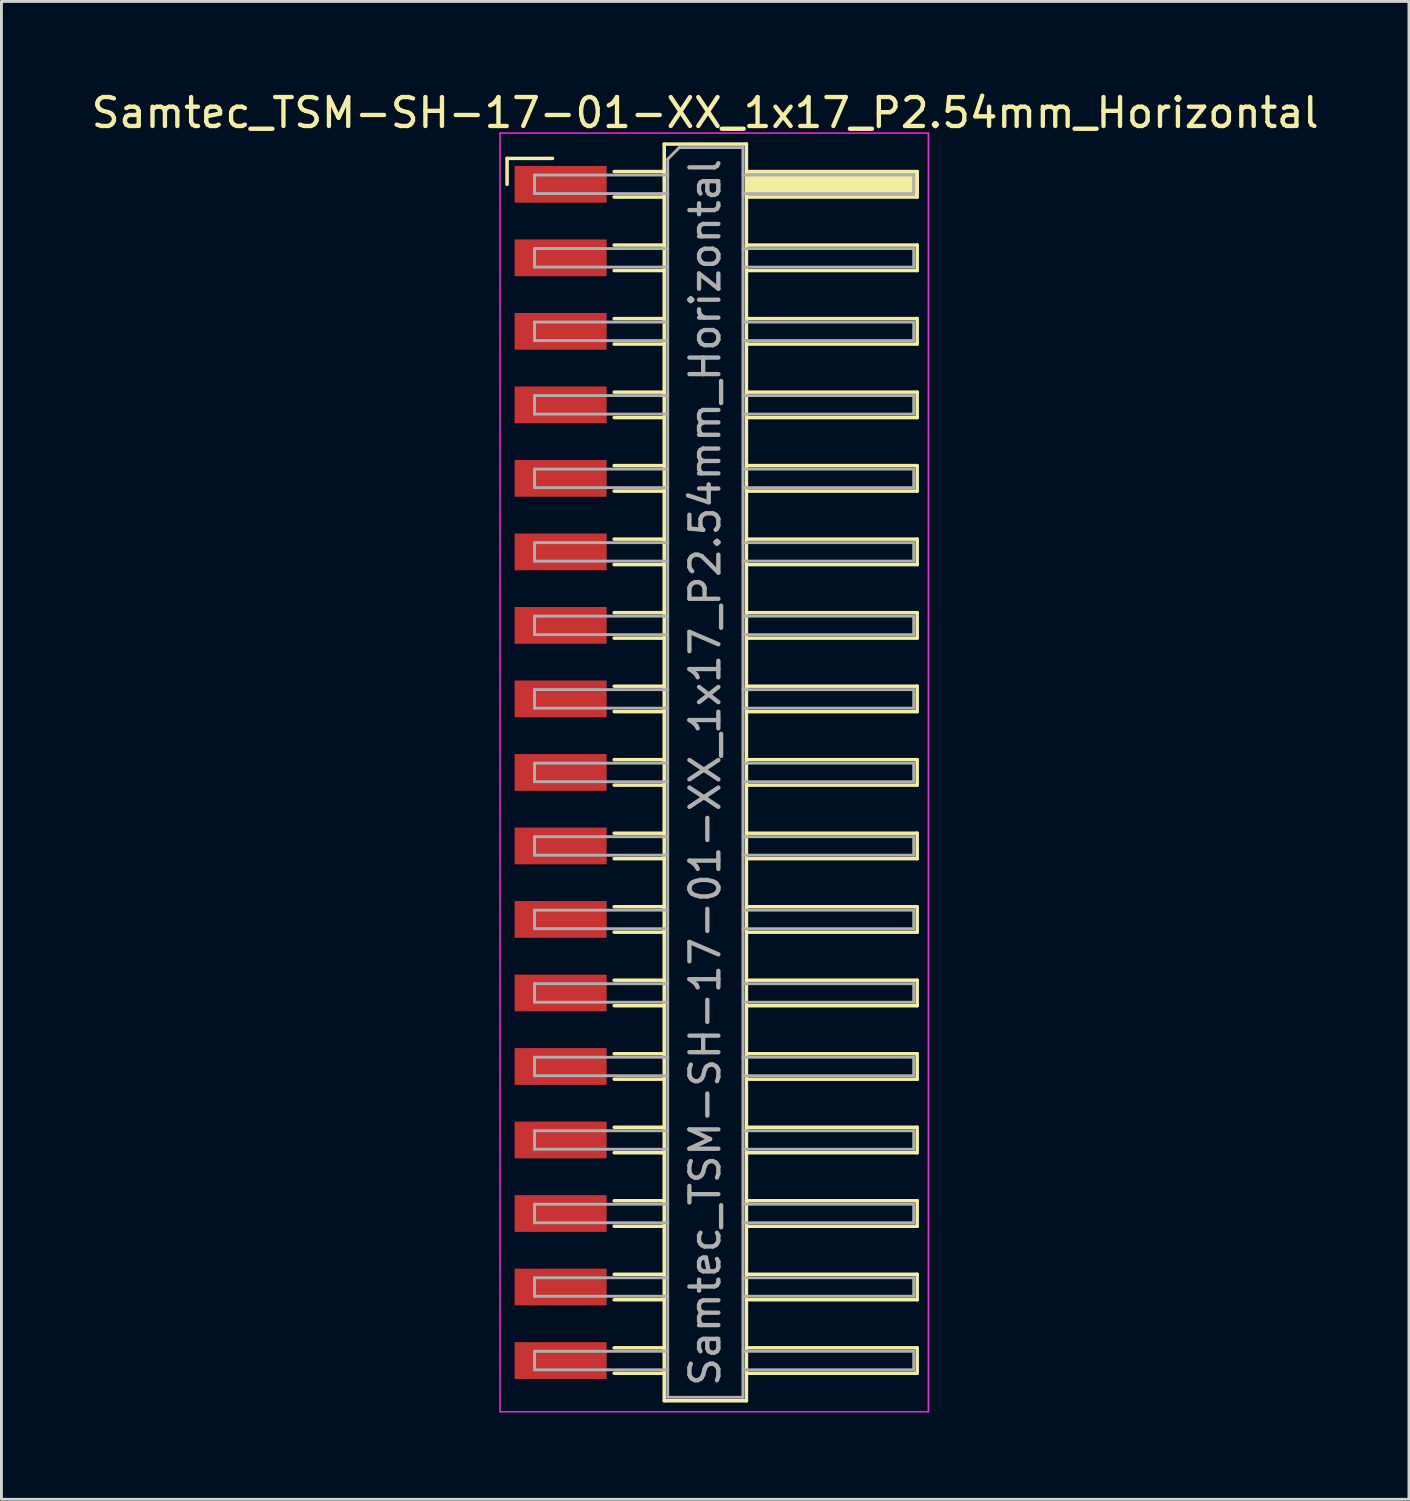
<source format=kicad_pcb>
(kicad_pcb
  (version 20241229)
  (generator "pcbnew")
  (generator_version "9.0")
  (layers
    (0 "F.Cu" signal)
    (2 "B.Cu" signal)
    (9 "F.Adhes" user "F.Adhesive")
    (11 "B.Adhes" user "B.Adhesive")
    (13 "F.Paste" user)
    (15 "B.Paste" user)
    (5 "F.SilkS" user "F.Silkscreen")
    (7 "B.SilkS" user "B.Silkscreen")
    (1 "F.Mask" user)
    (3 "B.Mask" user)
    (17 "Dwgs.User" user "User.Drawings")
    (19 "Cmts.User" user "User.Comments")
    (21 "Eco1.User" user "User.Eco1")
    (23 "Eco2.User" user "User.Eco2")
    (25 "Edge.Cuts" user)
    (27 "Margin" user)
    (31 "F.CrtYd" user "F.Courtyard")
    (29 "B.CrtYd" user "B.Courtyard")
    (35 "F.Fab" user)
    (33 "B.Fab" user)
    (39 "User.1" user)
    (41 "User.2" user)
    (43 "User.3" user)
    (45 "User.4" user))
  (footprint "Samtec_TSM-SH-17-01-XX_1x17_P2.54mm_Horizontal"
    (layer "F.Cu")
    (at 21.505 23.638)
    (property "Reference" "Samtec_TSM-SH-17-01-XX_1x17_P2.54mm_Horizontal" (at -0.19 -22.79 0) (layer "F.SilkS") (effects (font (size 1 1) (thickness 0.15))))
    (attr smd)
    (fp_line (start -7.035 -21.215) (end -5.465 -21.215) (stroke (width 0.12) (type solid)) (layer "F.SilkS"))
    (fp_line (start -7.035 -20.32) (end -7.035 -21.215) (stroke (width 0.12) (type solid)) (layer "F.SilkS"))
    (fp_line (start -3.335 -20.76) (end -1.605 -20.76) (stroke (width 0.12) (type solid)) (layer "F.SilkS"))
    (fp_line (start -3.335 -19.88) (end -1.605 -19.88) (stroke (width 0.12) (type solid)) (layer "F.SilkS"))
    (fp_line (start -3.335 -18.22) (end -1.605 -18.22) (stroke (width 0.12) (type solid)) (layer "F.SilkS"))
    (fp_line (start -3.335 -17.34) (end -1.605 -17.34) (stroke (width 0.12) (type solid)) (layer "F.SilkS"))
    (fp_line (start -3.335 -15.68) (end -1.605 -15.68) (stroke (width 0.12) (type solid)) (layer "F.SilkS"))
    (fp_line (start -3.335 -14.8) (end -1.605 -14.8) (stroke (width 0.12) (type solid)) (layer "F.SilkS"))
    (fp_line (start -3.335 -13.14) (end -1.605 -13.14) (stroke (width 0.12) (type solid)) (layer "F.SilkS"))
    (fp_line (start -3.335 -12.26) (end -1.605 -12.26) (stroke (width 0.12) (type solid)) (layer "F.SilkS"))
    (fp_line (start -3.335 -10.6) (end -1.605 -10.6) (stroke (width 0.12) (type solid)) (layer "F.SilkS"))
    (fp_line (start -3.335 -9.72) (end -1.605 -9.72) (stroke (width 0.12) (type solid)) (layer "F.SilkS"))
    (fp_line (start -3.335 -8.06) (end -1.605 -8.06) (stroke (width 0.12) (type solid)) (layer "F.SilkS"))
    (fp_line (start -3.335 -7.18) (end -1.605 -7.18) (stroke (width 0.12) (type solid)) (layer "F.SilkS"))
    (fp_line (start -3.335 -5.52) (end -1.605 -5.52) (stroke (width 0.12) (type solid)) (layer "F.SilkS"))
    (fp_line (start -3.335 -4.64) (end -1.605 -4.64) (stroke (width 0.12) (type solid)) (layer "F.SilkS"))
    (fp_line (start -3.335 -2.98) (end -1.605 -2.98) (stroke (width 0.12) (type solid)) (layer "F.SilkS"))
    (fp_line (start -3.335 -2.1) (end -1.605 -2.1) (stroke (width 0.12) (type solid)) (layer "F.SilkS"))
    (fp_line (start -3.335 -0.44) (end -1.605 -0.44) (stroke (width 0.12) (type solid)) (layer "F.SilkS"))
    (fp_line (start -3.335 0.44) (end -1.605 0.44) (stroke (width 0.12) (type solid)) (layer "F.SilkS"))
    (fp_line (start -3.335 2.1) (end -1.605 2.1) (stroke (width 0.12) (type solid)) (layer "F.SilkS"))
    (fp_line (start -3.335 2.98) (end -1.605 2.98) (stroke (width 0.12) (type solid)) (layer "F.SilkS"))
    (fp_line (start -3.335 4.64) (end -1.605 4.64) (stroke (width 0.12) (type solid)) (layer "F.SilkS"))
    (fp_line (start -3.335 5.52) (end -1.605 5.52) (stroke (width 0.12) (type solid)) (layer "F.SilkS"))
    (fp_line (start -3.335 7.18) (end -1.605 7.18) (stroke (width 0.12) (type solid)) (layer "F.SilkS"))
    (fp_line (start -3.335 8.06) (end -1.605 8.06) (stroke (width 0.12) (type solid)) (layer "F.SilkS"))
    (fp_line (start -3.335 9.72) (end -1.605 9.72) (stroke (width 0.12) (type solid)) (layer "F.SilkS"))
    (fp_line (start -3.335 10.6) (end -1.605 10.6) (stroke (width 0.12) (type solid)) (layer "F.SilkS"))
    (fp_line (start -3.335 12.26) (end -1.605 12.26) (stroke (width 0.12) (type solid)) (layer "F.SilkS"))
    (fp_line (start -3.335 13.14) (end -1.605 13.14) (stroke (width 0.12) (type solid)) (layer "F.SilkS"))
    (fp_line (start -3.335 14.8) (end -1.605 14.8) (stroke (width 0.12) (type solid)) (layer "F.SilkS"))
    (fp_line (start -3.335 15.68) (end -1.605 15.68) (stroke (width 0.12) (type solid)) (layer "F.SilkS"))
    (fp_line (start -3.335 17.34) (end -1.605 17.34) (stroke (width 0.12) (type solid)) (layer "F.SilkS"))
    (fp_line (start -3.335 18.22) (end -1.605 18.22) (stroke (width 0.12) (type solid)) (layer "F.SilkS"))
    (fp_line (start -3.335 19.88) (end -1.605 19.88) (stroke (width 0.12) (type solid)) (layer "F.SilkS"))
    (fp_line (start -3.335 20.76) (end -1.605 20.76) (stroke (width 0.12) (type solid)) (layer "F.SilkS"))
    (fp_line (start -1.605 -21.71) (end 1.235 -21.71) (stroke (width 0.12) (type solid)) (layer "F.SilkS"))
    (fp_line (start -1.605 21.71) (end -1.605 -21.71) (stroke (width 0.12) (type solid)) (layer "F.SilkS"))
    (fp_line (start 1.235 -21.71) (end 1.235 21.71) (stroke (width 0.12) (type solid)) (layer "F.SilkS"))
    (fp_line (start 1.235 -20.76) (end 7.135 -20.76) (stroke (width 0.12) (type solid)) (layer "F.SilkS"))
    (fp_line (start 1.235 -18.22) (end 7.135 -18.22) (stroke (width 0.12) (type solid)) (layer "F.SilkS"))
    (fp_line (start 1.235 -15.68) (end 7.135 -15.68) (stroke (width 0.12) (type solid)) (layer "F.SilkS"))
    (fp_line (start 1.235 -13.14) (end 7.135 -13.14) (stroke (width 0.12) (type solid)) (layer "F.SilkS"))
    (fp_line (start 1.235 -10.6) (end 7.135 -10.6) (stroke (width 0.12) (type solid)) (layer "F.SilkS"))
    (fp_line (start 1.235 -8.06) (end 7.135 -8.06) (stroke (width 0.12) (type solid)) (layer "F.SilkS"))
    (fp_line (start 1.235 -5.52) (end 7.135 -5.52) (stroke (width 0.12) (type solid)) (layer "F.SilkS"))
    (fp_line (start 1.235 -2.98) (end 7.135 -2.98) (stroke (width 0.12) (type solid)) (layer "F.SilkS"))
    (fp_line (start 1.235 -0.44) (end 7.135 -0.44) (stroke (width 0.12) (type solid)) (layer "F.SilkS"))
    (fp_line (start 1.235 2.1) (end 7.135 2.1) (stroke (width 0.12) (type solid)) (layer "F.SilkS"))
    (fp_line (start 1.235 4.64) (end 7.135 4.64) (stroke (width 0.12) (type solid)) (layer "F.SilkS"))
    (fp_line (start 1.235 7.18) (end 7.135 7.18) (stroke (width 0.12) (type solid)) (layer "F.SilkS"))
    (fp_line (start 1.235 9.72) (end 7.135 9.72) (stroke (width 0.12) (type solid)) (layer "F.SilkS"))
    (fp_line (start 1.235 12.26) (end 7.135 12.26) (stroke (width 0.12) (type solid)) (layer "F.SilkS"))
    (fp_line (start 1.235 14.8) (end 7.135 14.8) (stroke (width 0.12) (type solid)) (layer "F.SilkS"))
    (fp_line (start 1.235 17.34) (end 7.135 17.34) (stroke (width 0.12) (type solid)) (layer "F.SilkS"))
    (fp_line (start 1.235 19.88) (end 7.135 19.88) (stroke (width 0.12) (type solid)) (layer "F.SilkS"))
    (fp_line (start 1.235 21.71) (end -1.605 21.71) (stroke (width 0.12) (type solid)) (layer "F.SilkS"))
    (fp_line (start 7.135 -20.76) (end 7.135 -19.88) (stroke (width 0.12) (type solid)) (layer "F.SilkS"))
    (fp_line (start 7.135 -19.88) (end 1.235 -19.88) (stroke (width 0.12) (type solid)) (layer "F.SilkS"))
    (fp_line (start 7.135 -18.22) (end 7.135 -17.34) (stroke (width 0.12) (type solid)) (layer "F.SilkS"))
    (fp_line (start 7.135 -17.34) (end 1.235 -17.34) (stroke (width 0.12) (type solid)) (layer "F.SilkS"))
    (fp_line (start 7.135 -15.68) (end 7.135 -14.8) (stroke (width 0.12) (type solid)) (layer "F.SilkS"))
    (fp_line (start 7.135 -14.8) (end 1.235 -14.8) (stroke (width 0.12) (type solid)) (layer "F.SilkS"))
    (fp_line (start 7.135 -13.14) (end 7.135 -12.26) (stroke (width 0.12) (type solid)) (layer "F.SilkS"))
    (fp_line (start 7.135 -12.26) (end 1.235 -12.26) (stroke (width 0.12) (type solid)) (layer "F.SilkS"))
    (fp_line (start 7.135 -10.6) (end 7.135 -9.72) (stroke (width 0.12) (type solid)) (layer "F.SilkS"))
    (fp_line (start 7.135 -9.72) (end 1.235 -9.72) (stroke (width 0.12) (type solid)) (layer "F.SilkS"))
    (fp_line (start 7.135 -8.06) (end 7.135 -7.18) (stroke (width 0.12) (type solid)) (layer "F.SilkS"))
    (fp_line (start 7.135 -7.18) (end 1.235 -7.18) (stroke (width 0.12) (type solid)) (layer "F.SilkS"))
    (fp_line (start 7.135 -5.52) (end 7.135 -4.64) (stroke (width 0.12) (type solid)) (layer "F.SilkS"))
    (fp_line (start 7.135 -4.64) (end 1.235 -4.64) (stroke (width 0.12) (type solid)) (layer "F.SilkS"))
    (fp_line (start 7.135 -2.98) (end 7.135 -2.1) (stroke (width 0.12) (type solid)) (layer "F.SilkS"))
    (fp_line (start 7.135 -2.1) (end 1.235 -2.1) (stroke (width 0.12) (type solid)) (layer "F.SilkS"))
    (fp_line (start 7.135 -0.44) (end 7.135 0.44) (stroke (width 0.12) (type solid)) (layer "F.SilkS"))
    (fp_line (start 7.135 0.44) (end 1.235 0.44) (stroke (width 0.12) (type solid)) (layer "F.SilkS"))
    (fp_line (start 7.135 2.1) (end 7.135 2.98) (stroke (width 0.12) (type solid)) (layer "F.SilkS"))
    (fp_line (start 7.135 2.98) (end 1.235 2.98) (stroke (width 0.12) (type solid)) (layer "F.SilkS"))
    (fp_line (start 7.135 4.64) (end 7.135 5.52) (stroke (width 0.12) (type solid)) (layer "F.SilkS"))
    (fp_line (start 7.135 5.52) (end 1.235 5.52) (stroke (width 0.12) (type solid)) (layer "F.SilkS"))
    (fp_line (start 7.135 7.18) (end 7.135 8.06) (stroke (width 0.12) (type solid)) (layer "F.SilkS"))
    (fp_line (start 7.135 8.06) (end 1.235 8.06) (stroke (width 0.12) (type solid)) (layer "F.SilkS"))
    (fp_line (start 7.135 9.72) (end 7.135 10.6) (stroke (width 0.12) (type solid)) (layer "F.SilkS"))
    (fp_line (start 7.135 10.6) (end 1.235 10.6) (stroke (width 0.12) (type solid)) (layer "F.SilkS"))
    (fp_line (start 7.135 12.26) (end 7.135 13.14) (stroke (width 0.12) (type solid)) (layer "F.SilkS"))
    (fp_line (start 7.135 13.14) (end 1.235 13.14) (stroke (width 0.12) (type solid)) (layer "F.SilkS"))
    (fp_line (start 7.135 14.8) (end 7.135 15.68) (stroke (width 0.12) (type solid)) (layer "F.SilkS"))
    (fp_line (start 7.135 15.68) (end 1.235 15.68) (stroke (width 0.12) (type solid)) (layer "F.SilkS"))
    (fp_line (start 7.135 17.34) (end 7.135 18.22) (stroke (width 0.12) (type solid)) (layer "F.SilkS"))
    (fp_line (start 7.135 18.22) (end 1.235 18.22) (stroke (width 0.12) (type solid)) (layer "F.SilkS"))
    (fp_line (start 7.135 19.88) (end 7.135 20.76) (stroke (width 0.12) (type solid)) (layer "F.SilkS"))
    (fp_line (start 7.135 20.76) (end 1.235 20.76) (stroke (width 0.12) (type solid)) (layer "F.SilkS"))
    (fp_line (start -7.28 -22.09) (end 7.52 -22.09) (stroke (width 0.05) (type solid)) (layer "F.CrtYd"))
    (fp_line (start -7.28 22.09) (end -7.28 -22.09) (stroke (width 0.05) (type solid)) (layer "F.CrtYd"))
    (fp_line (start 7.52 -22.09) (end 7.52 22.09) (stroke (width 0.05) (type solid)) (layer "F.CrtYd"))
    (fp_line (start 7.52 22.09) (end -7.28 22.09) (stroke (width 0.05) (type solid)) (layer "F.CrtYd"))
    (fp_line (start -6.085 -20.64) (end -6.085 -20) (stroke (width 0.1) (type solid)) (layer "F.Fab"))
    (fp_line (start -6.085 -20) (end -1.485 -20) (stroke (width 0.1) (type solid)) (layer "F.Fab"))
    (fp_line (start -6.085 -18.1) (end -6.085 -17.46) (stroke (width 0.1) (type solid)) (layer "F.Fab"))
    (fp_line (start -6.085 -17.46) (end -1.485 -17.46) (stroke (width 0.1) (type solid)) (layer "F.Fab"))
    (fp_line (start -6.085 -15.56) (end -6.085 -14.92) (stroke (width 0.1) (type solid)) (layer "F.Fab"))
    (fp_line (start -6.085 -14.92) (end -1.485 -14.92) (stroke (width 0.1) (type solid)) (layer "F.Fab"))
    (fp_line (start -6.085 -13.02) (end -6.085 -12.38) (stroke (width 0.1) (type solid)) (layer "F.Fab"))
    (fp_line (start -6.085 -12.38) (end -1.485 -12.38) (stroke (width 0.1) (type solid)) (layer "F.Fab"))
    (fp_line (start -6.085 -10.48) (end -6.085 -9.84) (stroke (width 0.1) (type solid)) (layer "F.Fab"))
    (fp_line (start -6.085 -9.84) (end -1.485 -9.84) (stroke (width 0.1) (type solid)) (layer "F.Fab"))
    (fp_line (start -6.085 -7.94) (end -6.085 -7.3) (stroke (width 0.1) (type solid)) (layer "F.Fab"))
    (fp_line (start -6.085 -7.3) (end -1.485 -7.3) (stroke (width 0.1) (type solid)) (layer "F.Fab"))
    (fp_line (start -6.085 -5.4) (end -6.085 -4.76) (stroke (width 0.1) (type solid)) (layer "F.Fab"))
    (fp_line (start -6.085 -4.76) (end -1.485 -4.76) (stroke (width 0.1) (type solid)) (layer "F.Fab"))
    (fp_line (start -6.085 -2.86) (end -6.085 -2.22) (stroke (width 0.1) (type solid)) (layer "F.Fab"))
    (fp_line (start -6.085 -2.22) (end -1.485 -2.22) (stroke (width 0.1) (type solid)) (layer "F.Fab"))
    (fp_line (start -6.085 -0.32) (end -6.085 0.32) (stroke (width 0.1) (type solid)) (layer "F.Fab"))
    (fp_line (start -6.085 0.32) (end -1.485 0.32) (stroke (width 0.1) (type solid)) (layer "F.Fab"))
    (fp_line (start -6.085 2.22) (end -6.085 2.86) (stroke (width 0.1) (type solid)) (layer "F.Fab"))
    (fp_line (start -6.085 2.86) (end -1.485 2.86) (stroke (width 0.1) (type solid)) (layer "F.Fab"))
    (fp_line (start -6.085 4.76) (end -6.085 5.4) (stroke (width 0.1) (type solid)) (layer "F.Fab"))
    (fp_line (start -6.085 5.4) (end -1.485 5.4) (stroke (width 0.1) (type solid)) (layer "F.Fab"))
    (fp_line (start -6.085 7.3) (end -6.085 7.94) (stroke (width 0.1) (type solid)) (layer "F.Fab"))
    (fp_line (start -6.085 7.94) (end -1.485 7.94) (stroke (width 0.1) (type solid)) (layer "F.Fab"))
    (fp_line (start -6.085 9.84) (end -6.085 10.48) (stroke (width 0.1) (type solid)) (layer "F.Fab"))
    (fp_line (start -6.085 10.48) (end -1.485 10.48) (stroke (width 0.1) (type solid)) (layer "F.Fab"))
    (fp_line (start -6.085 12.38) (end -6.085 13.02) (stroke (width 0.1) (type solid)) (layer "F.Fab"))
    (fp_line (start -6.085 13.02) (end -1.485 13.02) (stroke (width 0.1) (type solid)) (layer "F.Fab"))
    (fp_line (start -6.085 14.92) (end -6.085 15.56) (stroke (width 0.1) (type solid)) (layer "F.Fab"))
    (fp_line (start -6.085 15.56) (end -1.485 15.56) (stroke (width 0.1) (type solid)) (layer "F.Fab"))
    (fp_line (start -6.085 17.46) (end -6.085 18.1) (stroke (width 0.1) (type solid)) (layer "F.Fab"))
    (fp_line (start -6.085 18.1) (end -1.485 18.1) (stroke (width 0.1) (type solid)) (layer "F.Fab"))
    (fp_line (start -6.085 20) (end -6.085 20.64) (stroke (width 0.1) (type solid)) (layer "F.Fab"))
    (fp_line (start -6.085 20.64) (end -1.485 20.64) (stroke (width 0.1) (type solid)) (layer "F.Fab"))
    (fp_line (start -1.485 -21.19) (end -1.085 -21.59) (stroke (width 0.1) (type solid)) (layer "F.Fab"))
    (fp_line (start -1.485 -20.64) (end -6.085 -20.64) (stroke (width 0.1) (type solid)) (layer "F.Fab"))
    (fp_line (start -1.485 -18.1) (end -6.085 -18.1) (stroke (width 0.1) (type solid)) (layer "F.Fab"))
    (fp_line (start -1.485 -15.56) (end -6.085 -15.56) (stroke (width 0.1) (type solid)) (layer "F.Fab"))
    (fp_line (start -1.485 -13.02) (end -6.085 -13.02) (stroke (width 0.1) (type solid)) (layer "F.Fab"))
    (fp_line (start -1.485 -10.48) (end -6.085 -10.48) (stroke (width 0.1) (type solid)) (layer "F.Fab"))
    (fp_line (start -1.485 -7.94) (end -6.085 -7.94) (stroke (width 0.1) (type solid)) (layer "F.Fab"))
    (fp_line (start -1.485 -5.4) (end -6.085 -5.4) (stroke (width 0.1) (type solid)) (layer "F.Fab"))
    (fp_line (start -1.485 -2.86) (end -6.085 -2.86) (stroke (width 0.1) (type solid)) (layer "F.Fab"))
    (fp_line (start -1.485 -0.32) (end -6.085 -0.32) (stroke (width 0.1) (type solid)) (layer "F.Fab"))
    (fp_line (start -1.485 2.22) (end -6.085 2.22) (stroke (width 0.1) (type solid)) (layer "F.Fab"))
    (fp_line (start -1.485 4.76) (end -6.085 4.76) (stroke (width 0.1) (type solid)) (layer "F.Fab"))
    (fp_line (start -1.485 7.3) (end -6.085 7.3) (stroke (width 0.1) (type solid)) (layer "F.Fab"))
    (fp_line (start -1.485 9.84) (end -6.085 9.84) (stroke (width 0.1) (type solid)) (layer "F.Fab"))
    (fp_line (start -1.485 12.38) (end -6.085 12.38) (stroke (width 0.1) (type solid)) (layer "F.Fab"))
    (fp_line (start -1.485 14.92) (end -6.085 14.92) (stroke (width 0.1) (type solid)) (layer "F.Fab"))
    (fp_line (start -1.485 17.46) (end -6.085 17.46) (stroke (width 0.1) (type solid)) (layer "F.Fab"))
    (fp_line (start -1.485 20) (end -6.085 20) (stroke (width 0.1) (type solid)) (layer "F.Fab"))
    (fp_line (start -1.485 21.59) (end -1.485 -21.19) (stroke (width 0.1) (type solid)) (layer "F.Fab"))
    (fp_line (start -1.085 -21.59) (end 1.115 -21.59) (stroke (width 0.1) (type solid)) (layer "F.Fab"))
    (fp_line (start 1.115 -21.59) (end 1.115 21.59) (stroke (width 0.1) (type solid)) (layer "F.Fab"))
    (fp_line (start 1.115 -20.64) (end 7.015 -20.64) (stroke (width 0.1) (type solid)) (layer "F.Fab"))
    (fp_line (start 1.115 -18.1) (end 7.015 -18.1) (stroke (width 0.1) (type solid)) (layer "F.Fab"))
    (fp_line (start 1.115 -15.56) (end 7.015 -15.56) (stroke (width 0.1) (type solid)) (layer "F.Fab"))
    (fp_line (start 1.115 -13.02) (end 7.015 -13.02) (stroke (width 0.1) (type solid)) (layer "F.Fab"))
    (fp_line (start 1.115 -10.48) (end 7.015 -10.48) (stroke (width 0.1) (type solid)) (layer "F.Fab"))
    (fp_line (start 1.115 -7.94) (end 7.015 -7.94) (stroke (width 0.1) (type solid)) (layer "F.Fab"))
    (fp_line (start 1.115 -5.4) (end 7.015 -5.4) (stroke (width 0.1) (type solid)) (layer "F.Fab"))
    (fp_line (start 1.115 -2.86) (end 7.015 -2.86) (stroke (width 0.1) (type solid)) (layer "F.Fab"))
    (fp_line (start 1.115 -0.32) (end 7.015 -0.32) (stroke (width 0.1) (type solid)) (layer "F.Fab"))
    (fp_line (start 1.115 2.22) (end 7.015 2.22) (stroke (width 0.1) (type solid)) (layer "F.Fab"))
    (fp_line (start 1.115 4.76) (end 7.015 4.76) (stroke (width 0.1) (type solid)) (layer "F.Fab"))
    (fp_line (start 1.115 7.3) (end 7.015 7.3) (stroke (width 0.1) (type solid)) (layer "F.Fab"))
    (fp_line (start 1.115 9.84) (end 7.015 9.84) (stroke (width 0.1) (type solid)) (layer "F.Fab"))
    (fp_line (start 1.115 12.38) (end 7.015 12.38) (stroke (width 0.1) (type solid)) (layer "F.Fab"))
    (fp_line (start 1.115 14.92) (end 7.015 14.92) (stroke (width 0.1) (type solid)) (layer "F.Fab"))
    (fp_line (start 1.115 17.46) (end 7.015 17.46) (stroke (width 0.1) (type solid)) (layer "F.Fab"))
    (fp_line (start 1.115 20) (end 7.015 20) (stroke (width 0.1) (type solid)) (layer "F.Fab"))
    (fp_line (start 1.115 21.59) (end -1.485 21.59) (stroke (width 0.1) (type solid)) (layer "F.Fab"))
    (fp_line (start 7.015 -20.64) (end 7.015 -20) (stroke (width 0.1) (type solid)) (layer "F.Fab"))
    (fp_line (start 7.015 -20) (end 1.115 -20) (stroke (width 0.1) (type solid)) (layer "F.Fab"))
    (fp_line (start 7.015 -18.1) (end 7.015 -17.46) (stroke (width 0.1) (type solid)) (layer "F.Fab"))
    (fp_line (start 7.015 -17.46) (end 1.115 -17.46) (stroke (width 0.1) (type solid)) (layer "F.Fab"))
    (fp_line (start 7.015 -15.56) (end 7.015 -14.92) (stroke (width 0.1) (type solid)) (layer "F.Fab"))
    (fp_line (start 7.015 -14.92) (end 1.115 -14.92) (stroke (width 0.1) (type solid)) (layer "F.Fab"))
    (fp_line (start 7.015 -13.02) (end 7.015 -12.38) (stroke (width 0.1) (type solid)) (layer "F.Fab"))
    (fp_line (start 7.015 -12.38) (end 1.115 -12.38) (stroke (width 0.1) (type solid)) (layer "F.Fab"))
    (fp_line (start 7.015 -10.48) (end 7.015 -9.84) (stroke (width 0.1) (type solid)) (layer "F.Fab"))
    (fp_line (start 7.015 -9.84) (end 1.115 -9.84) (stroke (width 0.1) (type solid)) (layer "F.Fab"))
    (fp_line (start 7.015 -7.94) (end 7.015 -7.3) (stroke (width 0.1) (type solid)) (layer "F.Fab"))
    (fp_line (start 7.015 -7.3) (end 1.115 -7.3) (stroke (width 0.1) (type solid)) (layer "F.Fab"))
    (fp_line (start 7.015 -5.4) (end 7.015 -4.76) (stroke (width 0.1) (type solid)) (layer "F.Fab"))
    (fp_line (start 7.015 -4.76) (end 1.115 -4.76) (stroke (width 0.1) (type solid)) (layer "F.Fab"))
    (fp_line (start 7.015 -2.86) (end 7.015 -2.22) (stroke (width 0.1) (type solid)) (layer "F.Fab"))
    (fp_line (start 7.015 -2.22) (end 1.115 -2.22) (stroke (width 0.1) (type solid)) (layer "F.Fab"))
    (fp_line (start 7.015 -0.32) (end 7.015 0.32) (stroke (width 0.1) (type solid)) (layer "F.Fab"))
    (fp_line (start 7.015 0.32) (end 1.115 0.32) (stroke (width 0.1) (type solid)) (layer "F.Fab"))
    (fp_line (start 7.015 2.22) (end 7.015 2.86) (stroke (width 0.1) (type solid)) (layer "F.Fab"))
    (fp_line (start 7.015 2.86) (end 1.115 2.86) (stroke (width 0.1) (type solid)) (layer "F.Fab"))
    (fp_line (start 7.015 4.76) (end 7.015 5.4) (stroke (width 0.1) (type solid)) (layer "F.Fab"))
    (fp_line (start 7.015 5.4) (end 1.115 5.4) (stroke (width 0.1) (type solid)) (layer "F.Fab"))
    (fp_line (start 7.015 7.3) (end 7.015 7.94) (stroke (width 0.1) (type solid)) (layer "F.Fab"))
    (fp_line (start 7.015 7.94) (end 1.115 7.94) (stroke (width 0.1) (type solid)) (layer "F.Fab"))
    (fp_line (start 7.015 9.84) (end 7.015 10.48) (stroke (width 0.1) (type solid)) (layer "F.Fab"))
    (fp_line (start 7.015 10.48) (end 1.115 10.48) (stroke (width 0.1) (type solid)) (layer "F.Fab"))
    (fp_line (start 7.015 12.38) (end 7.015 13.02) (stroke (width 0.1) (type solid)) (layer "F.Fab"))
    (fp_line (start 7.015 13.02) (end 1.115 13.02) (stroke (width 0.1) (type solid)) (layer "F.Fab"))
    (fp_line (start 7.015 14.92) (end 7.015 15.56) (stroke (width 0.1) (type solid)) (layer "F.Fab"))
    (fp_line (start 7.015 15.56) (end 1.115 15.56) (stroke (width 0.1) (type solid)) (layer "F.Fab"))
    (fp_line (start 7.015 17.46) (end 7.015 18.1) (stroke (width 0.1) (type solid)) (layer "F.Fab"))
    (fp_line (start 7.015 18.1) (end 1.115 18.1) (stroke (width 0.1) (type solid)) (layer "F.Fab"))
    (fp_line (start 7.015 20) (end 7.015 20.64) (stroke (width 0.1) (type solid)) (layer "F.Fab"))
    (fp_line (start 7.015 20.64) (end 1.115 20.64) (stroke (width 0.1) (type solid)) (layer "F.Fab"))
    (fp_text user "${REFERENCE}" (at -0.19 0 90) (layer "F.Fab") (effects (font (size 1 1) (thickness 0.15))))
    (pad "" smd rect (at 4.185 -20.32) (size 6 0.76) (layers "F.SilkS"))
    (pad "1" smd rect (at -5.185 -20.32) (size 3.18 1.27) (layers "F.Cu" "F.Mask" "F.Paste"))
    (pad "2" smd rect (at -5.185 -17.78) (size 3.18 1.27) (layers "F.Cu" "F.Mask" "F.Paste"))
    (pad "3" smd rect (at -5.185 -15.24) (size 3.18 1.27) (layers "F.Cu" "F.Mask" "F.Paste"))
    (pad "4" smd rect (at -5.185 -12.7) (size 3.18 1.27) (layers "F.Cu" "F.Mask" "F.Paste"))
    (pad "5" smd rect (at -5.185 -10.16) (size 3.18 1.27) (layers "F.Cu" "F.Mask" "F.Paste"))
    (pad "6" smd rect (at -5.185 -7.62) (size 3.18 1.27) (layers "F.Cu" "F.Mask" "F.Paste"))
    (pad "7" smd rect (at -5.185 -5.08) (size 3.18 1.27) (layers "F.Cu" "F.Mask" "F.Paste"))
    (pad "8" smd rect (at -5.185 -2.54) (size 3.18 1.27) (layers "F.Cu" "F.Mask" "F.Paste"))
    (pad "9" smd rect (at -5.185 0) (size 3.18 1.27) (layers "F.Cu" "F.Mask" "F.Paste"))
    (pad "10" smd rect (at -5.185 2.54) (size 3.18 1.27) (layers "F.Cu" "F.Mask" "F.Paste"))
    (pad "11" smd rect (at -5.185 5.08) (size 3.18 1.27) (layers "F.Cu" "F.Mask" "F.Paste"))
    (pad "12" smd rect (at -5.185 7.62) (size 3.18 1.27) (layers "F.Cu" "F.Mask" "F.Paste"))
    (pad "13" smd rect (at -5.185 10.16) (size 3.18 1.27) (layers "F.Cu" "F.Mask" "F.Paste"))
    (pad "14" smd rect (at -5.185 12.7) (size 3.18 1.27) (layers "F.Cu" "F.Mask" "F.Paste"))
    (pad "15" smd rect (at -5.185 15.24) (size 3.18 1.27) (layers "F.Cu" "F.Mask" "F.Paste"))
    (pad "16" smd rect (at -5.185 17.78) (size 3.18 1.27) (layers "F.Cu" "F.Mask" "F.Paste"))
    (pad "17" smd rect (at -5.185 20.32) (size 3.18 1.27) (layers "F.Cu" "F.Mask" "F.Paste")))
  (gr_rect
    (start -3 -3)
    (end 45.631 48.753)
    (stroke (width 0.1) (type default))
    (fill no)
    (layer "Edge.Cuts")))
</source>
